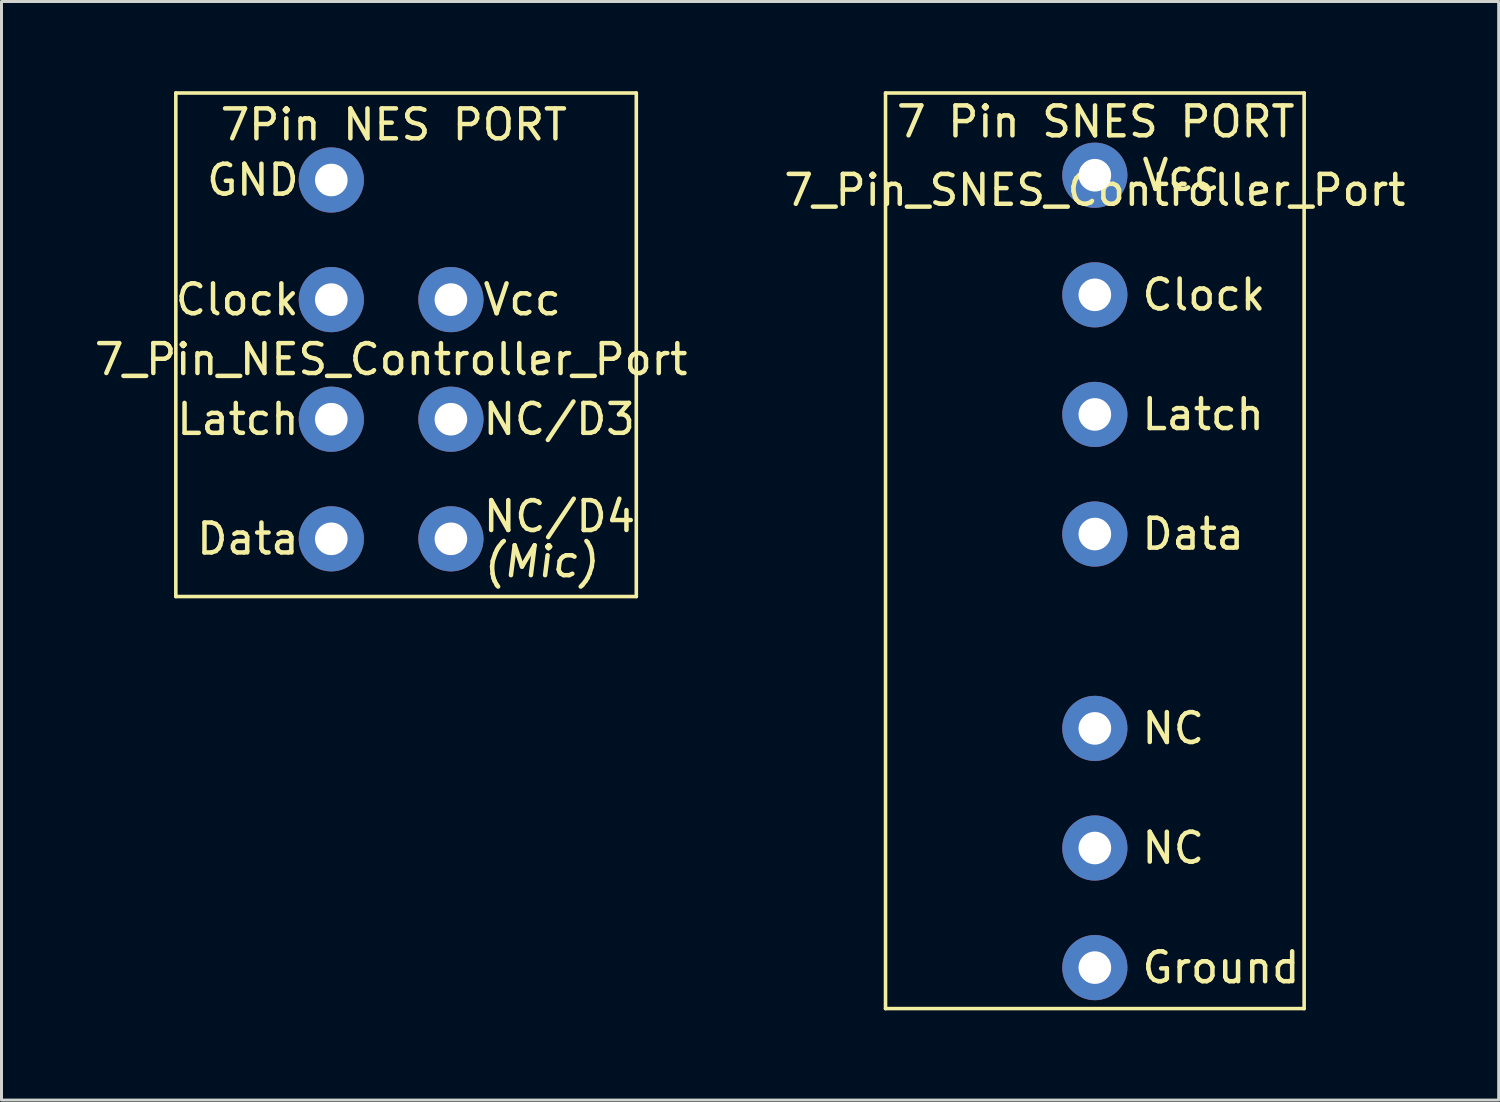
<source format=kicad_pcb>
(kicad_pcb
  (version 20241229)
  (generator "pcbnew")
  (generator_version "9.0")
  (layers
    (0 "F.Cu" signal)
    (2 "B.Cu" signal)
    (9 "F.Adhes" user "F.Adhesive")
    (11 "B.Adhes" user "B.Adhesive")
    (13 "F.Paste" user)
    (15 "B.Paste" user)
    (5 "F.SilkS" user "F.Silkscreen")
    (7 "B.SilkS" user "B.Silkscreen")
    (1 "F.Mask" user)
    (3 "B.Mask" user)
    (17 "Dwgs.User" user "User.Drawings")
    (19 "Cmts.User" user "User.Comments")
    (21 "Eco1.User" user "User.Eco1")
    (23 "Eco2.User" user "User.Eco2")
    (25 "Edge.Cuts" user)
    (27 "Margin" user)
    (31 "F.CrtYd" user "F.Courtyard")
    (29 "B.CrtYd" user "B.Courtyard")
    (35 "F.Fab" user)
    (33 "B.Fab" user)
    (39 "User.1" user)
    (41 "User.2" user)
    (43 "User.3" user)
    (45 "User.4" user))
  (footprint "7_Pin_NES_Controller_Port"
    (layer "F.Cu")
    (at 8.03 2.97)
    (property "Reference" "7_Pin_NES_Controller_Port" (at 2 6 0) (layer "F.SilkS") (effects (font (size 1 1) (thickness 0.15))))
    (attr through_hole)
    (fp_line (start -5.2 -2.91) (end -5.2 13.93) (stroke (width 0.12) (type solid)) (layer "F.SilkS"))
    (fp_line (start -5.2 13.93) (end 10.2 13.93) (stroke (width 0.12) (type solid)) (layer "F.SilkS"))
    (fp_line (start 10.2 -2.91) (end -5.2 -2.91) (stroke (width 0.12) (type solid)) (layer "F.SilkS"))
    (fp_line (start 10.2 13.93) (end 10.2 -2.91) (stroke (width 0.12) (type solid)) (layer "F.SilkS"))
    (fp_text user "(Mic)" (at 5.01 12.76 0) (layer "F.SilkS") (effects (font (size 1 1) (thickness 0.15) (italic yes)) (justify left)))
    (fp_text user "GND" (at -1 0 0) (layer "F.SilkS") (effects (font (size 1 1) (thickness 0.15)) (justify right)))
    (fp_text user "Vcc" (at 5 4 0) (layer "F.SilkS") (effects (font (size 1 1) (thickness 0.15)) (justify left)))
    (fp_text user "Data" (at -1 12 0) (layer "F.SilkS") (effects (font (size 1 1) (thickness 0.15)) (justify right)))
    (fp_text user "NC/D3" (at 5 8 0) (layer "F.SilkS") (effects (font (size 1 1) (thickness 0.15)) (justify left)))
    (fp_text user "Clock" (at -1 4 0) (layer "F.SilkS") (effects (font (size 1 1) (thickness 0.15)) (justify right)))
    (fp_text user "NC/D4" (at 5.01 11.25 0) (layer "F.SilkS") (effects (font (size 1 1) (thickness 0.15)) (justify left)))
    (fp_text user "7Pin NES PORT" (at 2.09 -1.85 0) (layer "F.SilkS") (effects (font (size 1 1) (thickness 0.15))))
    (fp_text user "Latch" (at -1 8 0) (layer "F.SilkS") (effects (font (size 1 1) (thickness 0.15)) (justify right)))
    (pad "1" thru_hole circle (at 0 0) (size 2.18 2.18) (drill 1.09) (layers "*.Cu" "*.Mask"))
    (pad "2" thru_hole circle (at 0 4) (size 2.18 2.18) (drill 1.09) (layers "*.Cu" "*.Mask"))
    (pad "3" thru_hole circle (at 0 8) (size 2.18 2.18) (drill 1.09) (layers "*.Cu" "*.Mask"))
    (pad "4" thru_hole circle (at 0 12) (size 2.18 2.18) (drill 1.09) (layers "*.Cu" "*.Mask"))
    (pad "5" thru_hole circle (at 4 12) (size 2.18 2.18) (drill 1.09) (layers "*.Cu" "*.Mask"))
    (pad "6" thru_hole circle (at 4 8) (size 2.18 2.18) (drill 1.09) (layers "*.Cu" "*.Mask"))
    (pad "7" thru_hole circle (at 4 4) (size 2.18 2.18) (drill 1.09) (layers "*.Cu" "*.Mask")))
  (footprint "7_Pin_SNES_Controller_Port"
    (layer "F.Cu")
    (at 33.565 2.81)
    (property "Reference" "7_Pin_SNES_Controller_Port" (at 0 0.5 0) (layer "F.SilkS") (effects (font (size 1 1) (thickness 0.15))))
    (attr through_hole)
    (fp_line (start -7 -2.75) (end 7 -2.75) (stroke (width 0.12) (type solid)) (layer "F.SilkS"))
    (fp_line (start -7 27.87) (end -7 -2.75) (stroke (width 0.12) (type solid)) (layer "F.SilkS"))
    (fp_line (start 7 -2.75) (end 7 27.87) (stroke (width 0.12) (type solid)) (layer "F.SilkS"))
    (fp_line (start 7 27.87) (end -7 27.87) (stroke (width 0.12) (type solid)) (layer "F.SilkS"))
    (fp_text user "Data" (at 1.5 12 0) (layer "F.SilkS") (effects (font (size 1 1) (thickness 0.15)) (justify left)))
    (fp_text user "Vcc" (at 1.5 0 0) (layer "F.SilkS") (effects (font (size 1 1) (thickness 0.15)) (justify left)))
    (fp_text user "NC" (at 1.5 22.5 0) (layer "F.SilkS") (effects (font (size 1 1) (thickness 0.15)) (justify left)))
    (fp_text user "Ground" (at 1.5 26.5 0) (layer "F.SilkS") (effects (font (size 1 1) (thickness 0.15)) (justify left)))
    (fp_text user "7 Pin SNES PORT" (at 0.03 -1.79 0) (layer "F.SilkS") (effects (font (size 1 1) (thickness 0.15))))
    (fp_text user "Latch" (at 1.5 8 0) (layer "F.SilkS") (effects (font (size 1 1) (thickness 0.15)) (justify left)))
    (fp_text user "NC" (at 1.5 18.5 0) (layer "F.SilkS") (effects (font (size 1 1) (thickness 0.15)) (justify left)))
    (fp_text user "Clock" (at 1.5 4 0) (layer "F.SilkS") (effects (font (size 1 1) (thickness 0.15)) (justify left)))
    (pad "1" thru_hole circle (at 0 0) (size 2.18 2.18) (drill 1.09) (layers "*.Cu" "*.Mask"))
    (pad "2" thru_hole circle (at 0 4) (size 2.18 2.18) (drill 1.09) (layers "*.Cu" "*.Mask"))
    (pad "3" thru_hole circle (at 0 8) (size 2.18 2.18) (drill 1.09) (layers "*.Cu" "*.Mask"))
    (pad "4" thru_hole circle (at 0 12) (size 2.18 2.18) (drill 1.09) (layers "*.Cu" "*.Mask"))
    (pad "5" thru_hole circle (at 0 18.5) (size 2.18 2.18) (drill 1.09) (layers "*.Cu" "*.Mask"))
    (pad "6" thru_hole circle (at 0 22.5) (size 2.18 2.18) (drill 1.09) (layers "*.Cu" "*.Mask"))
    (pad "7" thru_hole circle (at 0 26.5) (size 2.18 2.18) (drill 1.09) (layers "*.Cu" "*.Mask")))
  (gr_rect
    (start -3 -3)
    (end 47.071 33.74)
    (stroke (width 0.1) (type default))
    (fill no)
    (layer "Edge.Cuts")))
</source>
